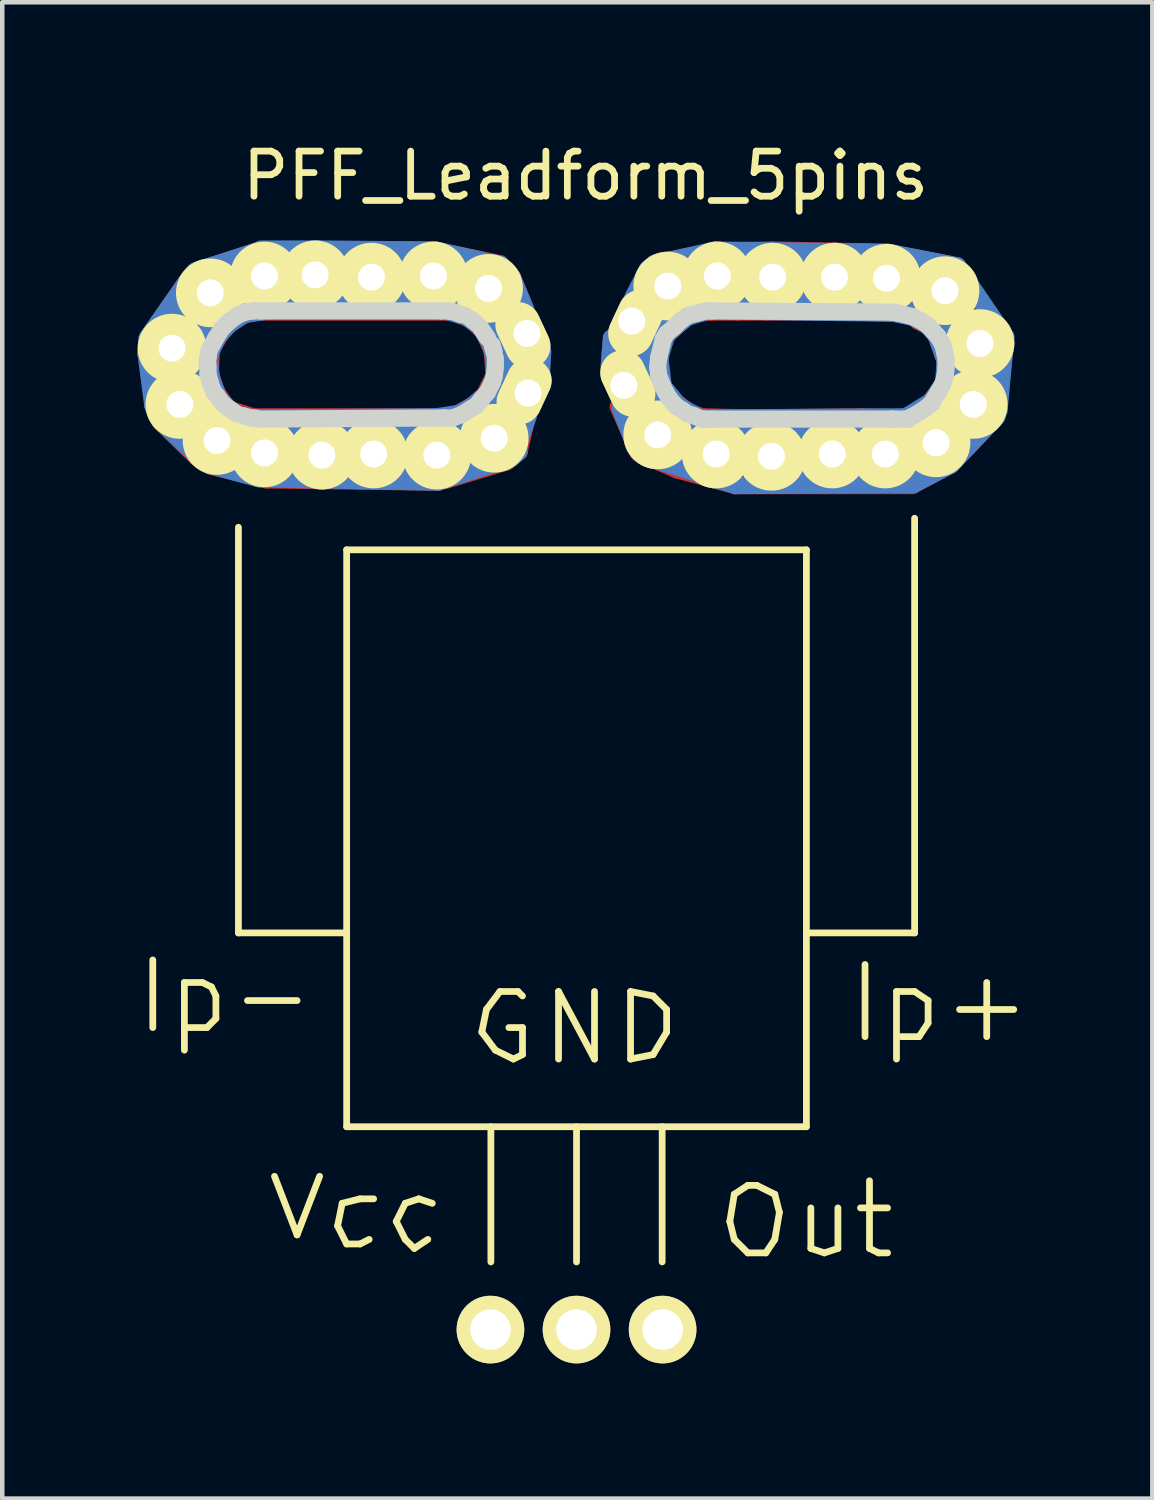
<source format=kicad_pcb>
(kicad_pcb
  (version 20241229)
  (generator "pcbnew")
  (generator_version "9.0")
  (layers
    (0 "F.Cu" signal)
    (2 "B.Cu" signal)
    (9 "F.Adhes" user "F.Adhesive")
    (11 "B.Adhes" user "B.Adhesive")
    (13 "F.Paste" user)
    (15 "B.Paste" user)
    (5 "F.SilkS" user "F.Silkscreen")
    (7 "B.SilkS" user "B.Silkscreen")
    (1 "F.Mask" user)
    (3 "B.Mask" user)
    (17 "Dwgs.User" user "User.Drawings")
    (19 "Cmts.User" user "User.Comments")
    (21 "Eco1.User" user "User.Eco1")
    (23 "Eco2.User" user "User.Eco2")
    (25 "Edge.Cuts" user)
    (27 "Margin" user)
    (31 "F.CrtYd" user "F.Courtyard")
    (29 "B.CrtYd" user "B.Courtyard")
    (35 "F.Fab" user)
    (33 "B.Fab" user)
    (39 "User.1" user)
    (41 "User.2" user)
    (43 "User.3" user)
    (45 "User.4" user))
  (footprint "PFF_Leadform_5pins"
    (layer "F.Cu")
    (at 9.741 15.748)
    (property "Reference" "PFF_Leadform_5pins" (at 0.201 -14.9 0) (layer "F.SilkS") (effects (font (size 1 1) (thickness 0.15))))
    (attr through_hole)
    (fp_line (start -9.55 -10.95) (end -9.5 -11.326) (stroke (width 0.381) (type solid)) (layer "F.Cu"))
    (fp_line (start -9.5 -11.326) (end -8.674 -12.525) (stroke (width 0.381) (type solid)) (layer "F.Cu"))
    (fp_line (start -9.375 -9.726) (end -9.55 -10.95) (stroke (width 0.381) (type solid)) (layer "F.Cu"))
    (fp_line (start -9.225 -9.426) (end -9.375 -9.726) (stroke (width 0.381) (type solid)) (layer "F.Cu"))
    (fp_line (start -8.725 -12.024) (end -8.9 -11.725) (stroke (width 0.381) (type solid)) (layer "F.Cu"))
    (fp_line (start -8.674 -12.525) (end -8.476 -12.776) (stroke (width 0.381) (type solid)) (layer "F.Cu"))
    (fp_line (start -8.476 -12.776) (end -7.026 -13.251) (stroke (width 0.381) (type solid)) (layer "F.Cu"))
    (fp_line (start -8.425 -8.651) (end -9.225 -9.426) (stroke (width 0.381) (type solid)) (layer "F.Cu"))
    (fp_line (start -8.349 -10.274) (end -7.6 -9.576) (stroke (width 0.381) (type solid)) (layer "F.Cu"))
    (fp_line (start -8.326 -11.374) (end -8.349 -10.274) (stroke (width 0.381) (type solid)) (layer "F.Cu"))
    (fp_line (start -8.125 -10.526) (end -8.1 -11.049) (stroke (width 0.381) (type solid)) (layer "F.Cu"))
    (fp_line (start -8.1 -11.049) (end -7.851 -11.45) (stroke (width 0.381) (type solid)) (layer "F.Cu"))
    (fp_line (start -8.1 -8.451) (end -8.425 -8.651) (stroke (width 0.381) (type solid)) (layer "F.Cu"))
    (fp_line (start -8.001 -10.124) (end -8.125 -10.526) (stroke (width 0.381) (type solid)) (layer "F.Cu"))
    (fp_line (start -7.851 -11.45) (end -7.526 -11.775) (stroke (width 0.381) (type solid)) (layer "F.Cu"))
    (fp_line (start -7.724 -9.726) (end -8.001 -10.124) (stroke (width 0.381) (type solid)) (layer "F.Cu"))
    (fp_line (start -7.6 -9.576) (end -6.949 -9.324) (stroke (width 0.381) (type solid)) (layer "F.Cu"))
    (fp_line (start -7.549 -9.624) (end -7.399 -9.576) (stroke (width 0.381) (type solid)) (layer "F.Cu"))
    (fp_line (start -7.526 -11.775) (end -7.074 -11.874) (stroke (width 0.381) (type solid)) (layer "F.Cu"))
    (fp_line (start -7.376 -12.126) (end -8.326 -11.374) (stroke (width 0.381) (type solid)) (layer "F.Cu"))
    (fp_line (start -7.176 -9.55) (end -7.724 -9.726) (stroke (width 0.381) (type solid)) (layer "F.Cu"))
    (fp_line (start -7.125 -11.874) (end -2.799 -11.874) (stroke (width 0.381) (type solid)) (layer "F.Cu"))
    (fp_line (start -7.125 -9.525) (end -7 -9.5) (stroke (width 0.381) (type solid)) (layer "F.Cu"))
    (fp_line (start -7.026 -13.251) (end -3.15 -13.251) (stroke (width 0.381) (type solid)) (layer "F.Cu"))
    (fp_line (start -6.949 -9.324) (end -3.5 -9.225) (stroke (width 0.381) (type solid)) (layer "F.Cu"))
    (fp_line (start -6.876 -8.151) (end -8.1 -8.451) (stroke (width 0.381) (type solid)) (layer "F.Cu"))
    (fp_line (start -5.349 -12.126) (end -7.376 -12.126) (stroke (width 0.381) (type solid)) (layer "F.Cu"))
    (fp_line (start -3.65 -13.076) (end -4.125 -13.076) (stroke (width 0.381) (type solid)) (layer "F.Cu"))
    (fp_line (start -3.65 -8.301) (end -3.899 -8.349) (stroke (width 0.381) (type solid)) (layer "F.Cu"))
    (fp_line (start -3.5 -9.225) (end -2.2 -9.5) (stroke (width 0.381) (type solid)) (layer "F.Cu"))
    (fp_line (start -3.15 -13.251) (end -1.699 -12.949) (stroke (width 0.381) (type solid)) (layer "F.Cu"))
    (fp_line (start -3.076 -8.1) (end -6.876 -8.151) (stroke (width 0.381) (type solid)) (layer "F.Cu"))
    (fp_line (start -2.949 -9.55) (end -7.176 -9.55) (stroke (width 0.381) (type solid)) (layer "F.Cu"))
    (fp_line (start -2.949 -9.525) (end -3 -9.525) (stroke (width 0.381) (type solid)) (layer "F.Cu"))
    (fp_line (start -2.875 -8.151) (end -3.076 -8.1) (stroke (width 0.381) (type solid)) (layer "F.Cu"))
    (fp_line (start -2.799 -11.874) (end -2.375 -11.725) (stroke (width 0.381) (type solid)) (layer "F.Cu"))
    (fp_line (start -2.624 -12.101) (end -5.349 -12.126) (stroke (width 0.381) (type solid)) (layer "F.Cu"))
    (fp_line (start -2.624 -9.624) (end -2.949 -9.55) (stroke (width 0.381) (type solid)) (layer "F.Cu"))
    (fp_line (start -2.375 -11.725) (end -2.075 -11.45) (stroke (width 0.381) (type solid)) (layer "F.Cu"))
    (fp_line (start -2.349 -11.725) (end -2.474 -11.801) (stroke (width 0.381) (type solid)) (layer "F.Cu"))
    (fp_line (start -2.324 -9.799) (end -2.624 -9.624) (stroke (width 0.381) (type solid)) (layer "F.Cu"))
    (fp_line (start -2.2 -9.5) (end -1.425 -10.676) (stroke (width 0.381) (type solid)) (layer "F.Cu"))
    (fp_line (start -2.126 -11.524) (end -2.225 -11.626) (stroke (width 0.381) (type solid)) (layer "F.Cu"))
    (fp_line (start -2.101 -11.826) (end -2.525 -12.075) (stroke (width 0.381) (type solid)) (layer "F.Cu"))
    (fp_line (start -2.075 -11.45) (end -1.875 -11.026) (stroke (width 0.381) (type solid)) (layer "F.Cu"))
    (fp_line (start -2.05 -10.025) (end -2.324 -9.799) (stroke (width 0.381) (type solid)) (layer "F.Cu"))
    (fp_line (start -1.875 -11.026) (end -1.826 -10.475) (stroke (width 0.381) (type solid)) (layer "F.Cu"))
    (fp_line (start -1.826 -10.475) (end -2.05 -10.025) (stroke (width 0.381) (type solid)) (layer "F.Cu"))
    (fp_line (start -1.801 -10.851) (end -1.826 -10.975) (stroke (width 0.381) (type solid)) (layer "F.Cu"))
    (fp_line (start -1.699 -12.949) (end -1.425 -12.649) (stroke (width 0.381) (type solid)) (layer "F.Cu"))
    (fp_line (start -1.549 -8.55) (end -2.875 -8.151) (stroke (width 0.381) (type solid)) (layer "F.Cu"))
    (fp_line (start -1.425 -12.649) (end -1.125 -11.925) (stroke (width 0.381) (type solid)) (layer "F.Cu"))
    (fp_line (start -1.425 -10.676) (end -2.101 -11.826) (stroke (width 0.381) (type solid)) (layer "F.Cu"))
    (fp_line (start -1.275 -8.776) (end -1.549 -8.55) (stroke (width 0.381) (type solid)) (layer "F.Cu"))
    (fp_line (start -1.1 -9.525) (end -1.275 -8.776) (stroke (width 0.381) (type solid)) (layer "F.Cu"))
    (fp_line (start -0.775 -11.001) (end -0.8 -10.549) (stroke (width 0.381) (type solid)) (layer "F.Cu"))
    (fp_line (start 0.775 -11.3) (end 0.724 -10.625) (stroke (width 0.381) (type solid)) (layer "F.Cu"))
    (fp_line (start 0.925 -9.774) (end 1.374 -8.75) (stroke (width 0.381) (type solid)) (layer "F.Cu"))
    (fp_line (start 1.374 -8.75) (end 2.225 -8.374) (stroke (width 0.381) (type solid)) (layer "F.Cu"))
    (fp_line (start 1.476 -10.874) (end 1.801 -9.876) (stroke (width 0.381) (type solid)) (layer "F.Cu"))
    (fp_line (start 1.775 -12.974) (end 1.275 -12.2) (stroke (width 0.381) (type solid)) (layer "F.Cu"))
    (fp_line (start 1.801 -9.876) (end 2.624 -9.324) (stroke (width 0.381) (type solid)) (layer "F.Cu"))
    (fp_line (start 1.849 -11.001) (end 1.849 -10.625) (stroke (width 0.381) (type solid)) (layer "F.Cu"))
    (fp_line (start 1.849 -10.625) (end 1.925 -10.226) (stroke (width 0.381) (type solid)) (layer "F.Cu"))
    (fp_line (start 1.925 -11.651) (end 1.476 -10.874) (stroke (width 0.381) (type solid)) (layer "F.Cu"))
    (fp_line (start 1.925 -10.226) (end 2.149 -9.924) (stroke (width 0.381) (type solid)) (layer "F.Cu"))
    (fp_line (start 2.024 -11.374) (end 1.849 -11.001) (stroke (width 0.381) (type solid)) (layer "F.Cu"))
    (fp_line (start 2.149 -9.924) (end 2.499 -9.649) (stroke (width 0.381) (type solid)) (layer "F.Cu"))
    (fp_line (start 2.225 -8.374) (end 3.526 -8.024) (stroke (width 0.381) (type solid)) (layer "F.Cu"))
    (fp_line (start 2.324 -11.651) (end 2.024 -11.374) (stroke (width 0.381) (type solid)) (layer "F.Cu"))
    (fp_line (start 2.499 -9.649) (end 2.799 -9.55) (stroke (width 0.381) (type solid)) (layer "F.Cu"))
    (fp_line (start 2.55 -11.826) (end 2.324 -11.651) (stroke (width 0.381) (type solid)) (layer "F.Cu"))
    (fp_line (start 2.624 -9.324) (end 4.049 -9.299) (stroke (width 0.381) (type solid)) (layer "F.Cu"))
    (fp_line (start 2.675 -8.451) (end 2.101 -8.626) (stroke (width 0.381) (type solid)) (layer "F.Cu"))
    (fp_line (start 2.751 -12.075) (end 1.925 -11.651) (stroke (width 0.381) (type solid)) (layer "F.Cu"))
    (fp_line (start 2.799 -9.55) (end 3.851 -9.525) (stroke (width 0.381) (type solid)) (layer "F.Cu"))
    (fp_line (start 2.974 -11.874) (end 2.55 -11.826) (stroke (width 0.381) (type solid)) (layer "F.Cu"))
    (fp_line (start 3.051 -13.226) (end 1.775 -12.974) (stroke (width 0.381) (type solid)) (layer "F.Cu"))
    (fp_line (start 3.526 -8.024) (end 7.45 -8.024) (stroke (width 0.381) (type solid)) (layer "F.Cu"))
    (fp_line (start 3.574 -11.874) (end 2.974 -11.874) (stroke (width 0.381) (type solid)) (layer "F.Cu"))
    (fp_line (start 3.726 -12.05) (end 2.751 -12.075) (stroke (width 0.381) (type solid)) (layer "F.Cu"))
    (fp_line (start 3.851 -9.525) (end 6.325 -9.55) (stroke (width 0.381) (type solid)) (layer "F.Cu"))
    (fp_line (start 4.049 -9.299) (end 5.324 -9.251) (stroke (width 0.381) (type solid)) (layer "F.Cu"))
    (fp_line (start 4.224 -11.874) (end 3.574 -11.874) (stroke (width 0.381) (type solid)) (layer "F.Cu"))
    (fp_line (start 4.326 -13.251) (end 3.051 -13.226) (stroke (width 0.381) (type solid)) (layer "F.Cu"))
    (fp_line (start 4.699 -13.025) (end 5.4 -13.025) (stroke (width 0.381) (type solid)) (layer "F.Cu"))
    (fp_line (start 4.976 -12.126) (end 3.726 -12.05) (stroke (width 0.381) (type solid)) (layer "F.Cu"))
    (fp_line (start 5.301 -11.874) (end 4.224 -11.874) (stroke (width 0.381) (type solid)) (layer "F.Cu"))
    (fp_line (start 5.301 -8.199) (end 4.651 -8.225) (stroke (width 0.381) (type solid)) (layer "F.Cu"))
    (fp_line (start 5.324 -9.251) (end 7.399 -9.324) (stroke (width 0.381) (type solid)) (layer "F.Cu"))
    (fp_line (start 5.451 -12.024) (end 4.976 -12.126) (stroke (width 0.381) (type solid)) (layer "F.Cu"))
    (fp_line (start 5.725 -13.226) (end 4.326 -13.251) (stroke (width 0.381) (type solid)) (layer "F.Cu"))
    (fp_line (start 6.124 -11.874) (end 5.301 -11.874) (stroke (width 0.381) (type solid)) (layer "F.Cu"))
    (fp_line (start 6.325 -9.55) (end 7.249 -9.525) (stroke (width 0.381) (type solid)) (layer "F.Cu"))
    (fp_line (start 6.876 -13.2) (end 5.725 -13.226) (stroke (width 0.381) (type solid)) (layer "F.Cu"))
    (fp_line (start 7.249 -9.525) (end 7.75 -9.774) (stroke (width 0.381) (type solid)) (layer "F.Cu"))
    (fp_line (start 7.399 -9.324) (end 8.151 -9.774) (stroke (width 0.381) (type solid)) (layer "F.Cu"))
    (fp_line (start 7.45 -11.976) (end 5.451 -12.024) (stroke (width 0.381) (type solid)) (layer "F.Cu"))
    (fp_line (start 7.45 -8.024) (end 8.326 -8.499) (stroke (width 0.381) (type solid)) (layer "F.Cu"))
    (fp_line (start 7.574 -11.674) (end 7.45 -11.976) (stroke (width 0.381) (type solid)) (layer "F.Cu"))
    (fp_line (start 7.6 -11.925) (end 7.501 -11.9) (stroke (width 0.381) (type solid)) (layer "F.Cu"))
    (fp_line (start 7.724 -8.349) (end 7.125 -8.176) (stroke (width 0.381) (type solid)) (layer "F.Cu"))
    (fp_line (start 7.75 -9.774) (end 8.151 -10.274) (stroke (width 0.381) (type solid)) (layer "F.Cu"))
    (fp_line (start 7.95 -11.476) (end 7.574 -11.674) (stroke (width 0.381) (type solid)) (layer "F.Cu"))
    (fp_line (start 8.151 -10.274) (end 8.176 -10.8) (stroke (width 0.381) (type solid)) (layer "F.Cu"))
    (fp_line (start 8.151 -9.774) (end 8.499 -10.526) (stroke (width 0.381) (type solid)) (layer "F.Cu"))
    (fp_line (start 8.176 -11.524) (end 7.6 -11.925) (stroke (width 0.381) (type solid)) (layer "F.Cu"))
    (fp_line (start 8.176 -10.8) (end 7.95 -11.476) (stroke (width 0.381) (type solid)) (layer "F.Cu"))
    (fp_line (start 8.326 -8.499) (end 9.299 -9.525) (stroke (width 0.381) (type solid)) (layer "F.Cu"))
    (fp_line (start 8.425 -12.901) (end 6.876 -13.2) (stroke (width 0.381) (type solid)) (layer "F.Cu"))
    (fp_line (start 8.499 -10.526) (end 8.176 -11.524) (stroke (width 0.381) (type solid)) (layer "F.Cu"))
    (fp_line (start 8.6 -12.675) (end 8.425 -12.901) (stroke (width 0.381) (type solid)) (layer "F.Cu"))
    (fp_line (start 9.299 -9.525) (end 9.525 -11.199) (stroke (width 0.381) (type solid)) (layer "F.Cu"))
    (fp_line (start 9.525 -11.199) (end 8.6 -12.675) (stroke (width 0.381) (type solid)) (layer "F.Cu"))
    (fp_line (start -9.55 -10.95) (end -9.525 -11.3) (stroke (width 0.381) (type solid)) (layer "B.Cu"))
    (fp_line (start -9.525 -11.3) (end -8.651 -12.55) (stroke (width 0.381) (type solid)) (layer "B.Cu"))
    (fp_line (start -9.401 -9.799) (end -9.55 -10.95) (stroke (width 0.381) (type solid)) (layer "B.Cu"))
    (fp_line (start -9.251 -9.474) (end -9.401 -9.799) (stroke (width 0.381) (type solid)) (layer "B.Cu"))
    (fp_line (start -8.9 -11.725) (end -8.7 -12.024) (stroke (width 0.381) (type solid)) (layer "B.Cu"))
    (fp_line (start -8.651 -12.55) (end -8.425 -12.799) (stroke (width 0.381) (type solid)) (layer "B.Cu"))
    (fp_line (start -8.476 -8.725) (end -9.251 -9.474) (stroke (width 0.381) (type solid)) (layer "B.Cu"))
    (fp_line (start -8.425 -12.799) (end -7.026 -13.251) (stroke (width 0.381) (type solid)) (layer "B.Cu"))
    (fp_line (start -8.374 -10.325) (end -8.301 -11.374) (stroke (width 0.381) (type solid)) (layer "B.Cu"))
    (fp_line (start -8.301 -11.374) (end -7.424 -12.126) (stroke (width 0.381) (type solid)) (layer "B.Cu"))
    (fp_line (start -8.151 -10.874) (end -7.976 -11.3) (stroke (width 0.381) (type solid)) (layer "B.Cu"))
    (fp_line (start -8.151 -8.476) (end -8.476 -8.725) (stroke (width 0.381) (type solid)) (layer "B.Cu"))
    (fp_line (start -8.1 -10.399) (end -8.151 -10.874) (stroke (width 0.381) (type solid)) (layer "B.Cu"))
    (fp_line (start -8.1 -10.025) (end -8.374 -10.325) (stroke (width 0.381) (type solid)) (layer "B.Cu"))
    (fp_line (start -7.976 -11.3) (end -7.699 -11.6) (stroke (width 0.381) (type solid)) (layer "B.Cu"))
    (fp_line (start -7.925 -9.949) (end -8.1 -10.399) (stroke (width 0.381) (type solid)) (layer "B.Cu"))
    (fp_line (start -7.699 -11.6) (end -7.351 -11.826) (stroke (width 0.381) (type solid)) (layer "B.Cu"))
    (fp_line (start -7.6 -9.624) (end -7.925 -9.949) (stroke (width 0.381) (type solid)) (layer "B.Cu"))
    (fp_line (start -7.501 -9.55) (end -8.1 -10.025) (stroke (width 0.381) (type solid)) (layer "B.Cu"))
    (fp_line (start -7.424 -12.126) (end -6.251 -12.126) (stroke (width 0.381) (type solid)) (layer "B.Cu"))
    (fp_line (start -7.351 -11.826) (end -6.8 -11.9) (stroke (width 0.381) (type solid)) (layer "B.Cu"))
    (fp_line (start -7.275 -12.075) (end -5.951 -12.101) (stroke (width 0.381) (type solid)) (layer "B.Cu"))
    (fp_line (start -7.176 -9.525) (end -7.6 -9.624) (stroke (width 0.381) (type solid)) (layer "B.Cu"))
    (fp_line (start -7.099 -11.9) (end -2.926 -11.9) (stroke (width 0.381) (type solid)) (layer "B.Cu"))
    (fp_line (start -7.051 -8.176) (end -8.151 -8.476) (stroke (width 0.381) (type solid)) (layer "B.Cu"))
    (fp_line (start -7 -13.274) (end -5.725 -13.274) (stroke (width 0.381) (type solid)) (layer "B.Cu"))
    (fp_line (start -6.85 -9.324) (end -7.501 -9.55) (stroke (width 0.381) (type solid)) (layer "B.Cu"))
    (fp_line (start -6.8 -11.9) (end -6.825 -11.9) (stroke (width 0.381) (type solid)) (layer "B.Cu"))
    (fp_line (start -5.951 -12.101) (end -3.424 -12.149) (stroke (width 0.381) (type solid)) (layer "B.Cu"))
    (fp_line (start -5.725 -13.274) (end -3.124 -13.251) (stroke (width 0.381) (type solid)) (layer "B.Cu"))
    (fp_line (start -4.15 -13.076) (end -3.599 -13.076) (stroke (width 0.381) (type solid)) (layer "B.Cu"))
    (fp_line (start -3.95 -9.2) (end -6.85 -9.324) (stroke (width 0.381) (type solid)) (layer "B.Cu"))
    (fp_line (start -3.899 -8.349) (end -3.625 -8.301) (stroke (width 0.381) (type solid)) (layer "B.Cu"))
    (fp_line (start -3.424 -12.149) (end -2.474 -12.05) (stroke (width 0.381) (type solid)) (layer "B.Cu"))
    (fp_line (start -3.124 -13.251) (end -1.674 -12.926) (stroke (width 0.381) (type solid)) (layer "B.Cu"))
    (fp_line (start -3.124 -9.55) (end -7.176 -9.525) (stroke (width 0.381) (type solid)) (layer "B.Cu"))
    (fp_line (start -3.076 -8.1) (end -7.051 -8.176) (stroke (width 0.381) (type solid)) (layer "B.Cu"))
    (fp_line (start -2.926 -11.9) (end -2.474 -11.775) (stroke (width 0.381) (type solid)) (layer "B.Cu"))
    (fp_line (start -2.926 -8.151) (end -3.076 -8.1) (stroke (width 0.381) (type solid)) (layer "B.Cu"))
    (fp_line (start -2.624 -9.624) (end -3.124 -9.55) (stroke (width 0.381) (type solid)) (layer "B.Cu"))
    (fp_line (start -2.474 -12.05) (end -1.999 -11.651) (stroke (width 0.381) (type solid)) (layer "B.Cu"))
    (fp_line (start -2.474 -11.775) (end -2.149 -11.549) (stroke (width 0.381) (type solid)) (layer "B.Cu"))
    (fp_line (start -2.324 -9.426) (end -3.95 -9.2) (stroke (width 0.381) (type solid)) (layer "B.Cu"))
    (fp_line (start -2.301 -9.799) (end -2.624 -9.624) (stroke (width 0.381) (type solid)) (layer "B.Cu"))
    (fp_line (start -2.149 -11.549) (end -1.925 -11.199) (stroke (width 0.381) (type solid)) (layer "B.Cu"))
    (fp_line (start -1.999 -11.651) (end -1.476 -10.851) (stroke (width 0.381) (type solid)) (layer "B.Cu"))
    (fp_line (start -1.999 -10.076) (end -2.301 -9.799) (stroke (width 0.381) (type solid)) (layer "B.Cu"))
    (fp_line (start -1.925 -11.199) (end -1.826 -10.825) (stroke (width 0.381) (type solid)) (layer "B.Cu"))
    (fp_line (start -1.925 -9.876) (end -2.324 -9.426) (stroke (width 0.381) (type solid)) (layer "B.Cu"))
    (fp_line (start -1.875 -11.151) (end -1.976 -11.3) (stroke (width 0.381) (type solid)) (layer "B.Cu"))
    (fp_line (start -1.826 -10.825) (end -1.826 -10.424) (stroke (width 0.381) (type solid)) (layer "B.Cu"))
    (fp_line (start -1.826 -10.424) (end -1.999 -10.076) (stroke (width 0.381) (type solid)) (layer "B.Cu"))
    (fp_line (start -1.674 -12.926) (end -1.425 -12.649) (stroke (width 0.381) (type solid)) (layer "B.Cu"))
    (fp_line (start -1.476 -10.851) (end -1.925 -9.876) (stroke (width 0.381) (type solid)) (layer "B.Cu"))
    (fp_line (start -1.45 -8.626) (end -2.926 -8.151) (stroke (width 0.381) (type solid)) (layer "B.Cu"))
    (fp_line (start -1.425 -12.649) (end -1.125 -11.925) (stroke (width 0.381) (type solid)) (layer "B.Cu"))
    (fp_line (start -1.326 -8.875) (end -1.074 -9.55) (stroke (width 0.381) (type solid)) (layer "B.Cu"))
    (fp_line (start -1.275 -8.776) (end -1.45 -8.626) (stroke (width 0.381) (type solid)) (layer "B.Cu"))
    (fp_line (start -0.749 -11.001) (end -0.775 -10.526) (stroke (width 0.381) (type solid)) (layer "B.Cu"))
    (fp_line (start 0.724 -10.676) (end 0.775 -11.3) (stroke (width 0.381) (type solid)) (layer "B.Cu"))
    (fp_line (start 1.25 -12.2) (end 1.575 -12.824) (stroke (width 0.381) (type solid)) (layer "B.Cu"))
    (fp_line (start 1.3 -8.9) (end 0.975 -9.726) (stroke (width 0.381) (type solid)) (layer "B.Cu"))
    (fp_line (start 1.45 -10.899) (end 1.951 -11.674) (stroke (width 0.381) (type solid)) (layer "B.Cu"))
    (fp_line (start 1.549 -8.651) (end 1.3 -8.9) (stroke (width 0.381) (type solid)) (layer "B.Cu"))
    (fp_line (start 1.575 -12.824) (end 1.725 -12.949) (stroke (width 0.381) (type solid)) (layer "B.Cu"))
    (fp_line (start 1.725 -12.949) (end 3.076 -13.251) (stroke (width 0.381) (type solid)) (layer "B.Cu"))
    (fp_line (start 1.75 -9.924) (end 1.45 -10.899) (stroke (width 0.381) (type solid)) (layer "B.Cu"))
    (fp_line (start 1.849 -10.851) (end 1.999 -11.374) (stroke (width 0.381) (type solid)) (layer "B.Cu"))
    (fp_line (start 1.925 -10.226) (end 1.849 -10.851) (stroke (width 0.381) (type solid)) (layer "B.Cu"))
    (fp_line (start 1.951 -11.674) (end 2.776 -12.149) (stroke (width 0.381) (type solid)) (layer "B.Cu"))
    (fp_line (start 1.999 -11.374) (end 2.451 -11.75) (stroke (width 0.381) (type solid)) (layer "B.Cu"))
    (fp_line (start 2.101 -8.626) (end 2.601 -8.451) (stroke (width 0.381) (type solid)) (layer "B.Cu"))
    (fp_line (start 2.276 -9.799) (end 1.925 -10.226) (stroke (width 0.381) (type solid)) (layer "B.Cu"))
    (fp_line (start 2.451 -11.75) (end 3 -11.925) (stroke (width 0.381) (type solid)) (layer "B.Cu"))
    (fp_line (start 2.624 -9.324) (end 1.75 -9.924) (stroke (width 0.381) (type solid)) (layer "B.Cu"))
    (fp_line (start 2.751 -9.525) (end 2.276 -9.799) (stroke (width 0.381) (type solid)) (layer "B.Cu"))
    (fp_line (start 2.776 -12.149) (end 7.224 -12.05) (stroke (width 0.381) (type solid)) (layer "B.Cu"))
    (fp_line (start 3 -11.9) (end 7 -11.849) (stroke (width 0.381) (type solid)) (layer "B.Cu"))
    (fp_line (start 3.076 -13.251) (end 6.924 -13.2) (stroke (width 0.381) (type solid)) (layer "B.Cu"))
    (fp_line (start 3.526 -8.024) (end 1.549 -8.651) (stroke (width 0.381) (type solid)) (layer "B.Cu"))
    (fp_line (start 4.6 -9.251) (end 2.624 -9.324) (stroke (width 0.381) (type solid)) (layer "B.Cu"))
    (fp_line (start 4.651 -8.225) (end 5.301 -8.199) (stroke (width 0.381) (type solid)) (layer "B.Cu"))
    (fp_line (start 5.4 -13.023) (end 4.674 -13.023) (stroke (width 0.381) (type solid)) (layer "B.Cu"))
    (fp_line (start 6.175 -9.276) (end 4.6 -9.251) (stroke (width 0.381) (type solid)) (layer "B.Cu"))
    (fp_line (start 6.924 -13.2) (end 8.451 -12.901) (stroke (width 0.381) (type solid)) (layer "B.Cu"))
    (fp_line (start 7 -11.849) (end 7.65 -11.725) (stroke (width 0.381) (type solid)) (layer "B.Cu"))
    (fp_line (start 7.099 -11.849) (end 6.124 -11.874) (stroke (width 0.381) (type solid)) (layer "B.Cu"))
    (fp_line (start 7.125 -8.176) (end 7.724 -8.349) (stroke (width 0.381) (type solid)) (layer "B.Cu"))
    (fp_line (start 7.224 -12.05) (end 8.225 -11.6) (stroke (width 0.381) (type solid)) (layer "B.Cu"))
    (fp_line (start 7.3 -9.55) (end 2.751 -9.525) (stroke (width 0.381) (type solid)) (layer "B.Cu"))
    (fp_line (start 7.475 -11.75) (end 7.099 -11.849) (stroke (width 0.381) (type solid)) (layer "B.Cu"))
    (fp_line (start 7.475 -8.049) (end 3.526 -8.024) (stroke (width 0.381) (type solid)) (layer "B.Cu"))
    (fp_line (start 7.6 -9.426) (end 6.175 -9.276) (stroke (width 0.381) (type solid)) (layer "B.Cu"))
    (fp_line (start 7.65 -11.725) (end 7.976 -11.351) (stroke (width 0.381) (type solid)) (layer "B.Cu"))
    (fp_line (start 7.775 -11.6) (end 7.475 -11.75) (stroke (width 0.381) (type solid)) (layer "B.Cu"))
    (fp_line (start 7.874 -9.901) (end 7.3 -9.55) (stroke (width 0.381) (type solid)) (layer "B.Cu"))
    (fp_line (start 7.976 -11.4) (end 7.775 -11.6) (stroke (width 0.381) (type solid)) (layer "B.Cu"))
    (fp_line (start 7.976 -11.351) (end 8.176 -10.8) (stroke (width 0.381) (type solid)) (layer "B.Cu"))
    (fp_line (start 8.151 -10.325) (end 7.874 -9.901) (stroke (width 0.381) (type solid)) (layer "B.Cu"))
    (fp_line (start 8.176 -11.001) (end 7.976 -11.4) (stroke (width 0.381) (type solid)) (layer "B.Cu"))
    (fp_line (start 8.176 -10.8) (end 8.151 -10.325) (stroke (width 0.381) (type solid)) (layer "B.Cu"))
    (fp_line (start 8.199 -9.85) (end 7.6 -9.426) (stroke (width 0.381) (type solid)) (layer "B.Cu"))
    (fp_line (start 8.225 -11.6) (end 8.451 -10.5) (stroke (width 0.381) (type solid)) (layer "B.Cu"))
    (fp_line (start 8.301 -8.476) (end 7.475 -8.049) (stroke (width 0.381) (type solid)) (layer "B.Cu"))
    (fp_line (start 8.451 -12.901) (end 9.525 -11.326) (stroke (width 0.381) (type solid)) (layer "B.Cu"))
    (fp_line (start 8.451 -10.5) (end 8.199 -9.85) (stroke (width 0.381) (type solid)) (layer "B.Cu"))
    (fp_line (start 9.324 -9.55) (end 8.301 -8.476) (stroke (width 0.381) (type solid)) (layer "B.Cu"))
    (fp_line (start 9.375 -9.7) (end 9.324 -9.55) (stroke (width 0.381) (type solid)) (layer "B.Cu"))
    (fp_line (start 9.525 -11.326) (end 9.375 -9.7) (stroke (width 0.381) (type solid)) (layer "B.Cu"))
    (fp_line (start -9.401 2.499) (end -9.401 4) (stroke (width 0.15) (type solid)) (layer "F.SilkS"))
    (fp_line (start -8.7 3) (end -8.7 4.501) (stroke (width 0.15) (type solid)) (layer "F.SilkS"))
    (fp_line (start -8.7 3) (end -8.301 3) (stroke (width 0.15) (type solid)) (layer "F.SilkS"))
    (fp_line (start -8.301 3) (end -8.1 3.099) (stroke (width 0.15) (type solid)) (layer "F.SilkS"))
    (fp_line (start -8.199 4) (end -8.7 4) (stroke (width 0.15) (type solid)) (layer "F.SilkS"))
    (fp_line (start -8.1 3.099) (end -8.001 3.299) (stroke (width 0.15) (type solid)) (layer "F.SilkS"))
    (fp_line (start -8.001 3.299) (end -8.001 3.8) (stroke (width 0.15) (type solid)) (layer "F.SilkS"))
    (fp_line (start -8.001 3.8) (end -8.199 4) (stroke (width 0.15) (type solid)) (layer "F.SilkS"))
    (fp_line (start -7.501 1.9) (end -7.501 -7.099) (stroke (width 0.15) (type solid)) (layer "F.SilkS"))
    (fp_line (start -6.701 7.3) (end -6.2 8.6) (stroke (width 0.15) (type solid)) (layer "F.SilkS"))
    (fp_line (start -6.2 3.401) (end -7.3 3.401) (stroke (width 0.15) (type solid)) (layer "F.SilkS"))
    (fp_line (start -6.2 8.6) (end -5.7 7.3) (stroke (width 0.15) (type solid)) (layer "F.SilkS"))
    (fp_line (start -5.301 8.4) (end -5.1 8.801) (stroke (width 0.15) (type solid)) (layer "F.SilkS"))
    (fp_line (start -5.199 7.899) (end -5.301 8.4) (stroke (width 0.15) (type solid)) (layer "F.SilkS"))
    (fp_line (start -5.1 -6.599) (end 5.1 -6.599) (stroke (width 0.15) (type solid)) (layer "F.SilkS"))
    (fp_line (start -5.1 1.9) (end -7.501 1.9) (stroke (width 0.15) (type solid)) (layer "F.SilkS"))
    (fp_line (start -5.1 6.2) (end -5.1 -6.599) (stroke (width 0.15) (type solid)) (layer "F.SilkS"))
    (fp_line (start -5.1 8.801) (end -4.801 8.801) (stroke (width 0.15) (type solid)) (layer "F.SilkS"))
    (fp_line (start -4.801 7.8) (end -5.199 7.899) (stroke (width 0.15) (type solid)) (layer "F.SilkS"))
    (fp_line (start -4.801 8.801) (end -4.6 8.7) (stroke (width 0.15) (type solid)) (layer "F.SilkS"))
    (fp_line (start -4.501 7.8) (end -4.801 7.8) (stroke (width 0.15) (type solid)) (layer "F.SilkS"))
    (fp_line (start -4 8.301) (end -3.8 8.7) (stroke (width 0.15) (type solid)) (layer "F.SilkS"))
    (fp_line (start -3.8 7.899) (end -4 8.301) (stroke (width 0.15) (type solid)) (layer "F.SilkS"))
    (fp_line (start -3.8 8.7) (end -3.599 8.9) (stroke (width 0.15) (type solid)) (layer "F.SilkS"))
    (fp_line (start -3.599 8.9) (end -3.299 8.7) (stroke (width 0.15) (type solid)) (layer "F.SilkS"))
    (fp_line (start -3.5 7.8) (end -3.8 7.899) (stroke (width 0.15) (type solid)) (layer "F.SilkS"))
    (fp_line (start -3.2 7.899) (end -3.5 7.8) (stroke (width 0.15) (type solid)) (layer "F.SilkS"))
    (fp_line (start -2.101 4.1) (end -1.801 4.501) (stroke (width 0.15) (type solid)) (layer "F.SilkS"))
    (fp_line (start -1.999 3.599) (end -2.101 4.1) (stroke (width 0.15) (type solid)) (layer "F.SilkS"))
    (fp_line (start -1.9 6.2) (end -1.9 9.2) (stroke (width 0.15) (type solid)) (layer "F.SilkS"))
    (fp_line (start -1.801 4.501) (end -1.4 4.699) (stroke (width 0.15) (type solid)) (layer "F.SilkS"))
    (fp_line (start -1.699 3.2) (end -1.999 3.599) (stroke (width 0.15) (type solid)) (layer "F.SilkS"))
    (fp_line (start -1.4 4.699) (end -1.199 4.6) (stroke (width 0.15) (type solid)) (layer "F.SilkS"))
    (fp_line (start -1.3 3.2) (end -1.699 3.2) (stroke (width 0.15) (type solid)) (layer "F.SilkS"))
    (fp_line (start -1.199 3.299) (end -1.3 3.2) (stroke (width 0.15) (type solid)) (layer "F.SilkS"))
    (fp_line (start -1.199 4) (end -1.501 4) (stroke (width 0.15) (type solid)) (layer "F.SilkS"))
    (fp_line (start -1.199 4.6) (end -1.199 4) (stroke (width 0.15) (type solid)) (layer "F.SilkS"))
    (fp_line (start -0.399 3.2) (end 0.399 4.699) (stroke (width 0.15) (type solid)) (layer "F.SilkS"))
    (fp_line (start -0.399 4.699) (end -0.399 3.2) (stroke (width 0.15) (type solid)) (layer "F.SilkS"))
    (fp_line (start 0 6.2) (end 0 9.2) (stroke (width 0.15) (type solid)) (layer "F.SilkS"))
    (fp_line (start 0.399 4.699) (end 0.399 3.2) (stroke (width 0.15) (type solid)) (layer "F.SilkS"))
    (fp_line (start 1.199 3.2) (end 1.199 4.699) (stroke (width 0.15) (type solid)) (layer "F.SilkS"))
    (fp_line (start 1.199 4.699) (end 1.699 4.6) (stroke (width 0.15) (type solid)) (layer "F.SilkS"))
    (fp_line (start 1.699 3.299) (end 1.199 3.2) (stroke (width 0.15) (type solid)) (layer "F.SilkS"))
    (fp_line (start 1.699 4.6) (end 1.999 4.1) (stroke (width 0.15) (type solid)) (layer "F.SilkS"))
    (fp_line (start 1.9 6.2) (end 1.9 9.2) (stroke (width 0.15) (type solid)) (layer "F.SilkS"))
    (fp_line (start 1.999 3.599) (end 1.699 3.299) (stroke (width 0.15) (type solid)) (layer "F.SilkS"))
    (fp_line (start 1.999 4.1) (end 1.999 3.599) (stroke (width 0.15) (type solid)) (layer "F.SilkS"))
    (fp_line (start 3.401 8.301) (end 3.5 8.7) (stroke (width 0.15) (type solid)) (layer "F.SilkS"))
    (fp_line (start 3.5 7.699) (end 3.401 8.301) (stroke (width 0.15) (type solid)) (layer "F.SilkS"))
    (fp_line (start 3.5 8.7) (end 3.8 8.999) (stroke (width 0.15) (type solid)) (layer "F.SilkS"))
    (fp_line (start 3.8 7.501) (end 3.5 7.699) (stroke (width 0.15) (type solid)) (layer "F.SilkS"))
    (fp_line (start 3.8 8.999) (end 4.201 8.999) (stroke (width 0.15) (type solid)) (layer "F.SilkS"))
    (fp_line (start 4 7.501) (end 3.8 7.501) (stroke (width 0.15) (type solid)) (layer "F.SilkS"))
    (fp_line (start 4.201 8.999) (end 4.399 8.7) (stroke (width 0.15) (type solid)) (layer "F.SilkS"))
    (fp_line (start 4.399 7.699) (end 4 7.501) (stroke (width 0.15) (type solid)) (layer "F.SilkS"))
    (fp_line (start 4.399 8.7) (end 4.501 8.1) (stroke (width 0.15) (type solid)) (layer "F.SilkS"))
    (fp_line (start 4.501 8.1) (end 4.399 7.699) (stroke (width 0.15) (type solid)) (layer "F.SilkS"))
    (fp_line (start 5.1 -6.599) (end 5.1 6.2) (stroke (width 0.15) (type solid)) (layer "F.SilkS"))
    (fp_line (start 5.1 1.9) (end 7.501 1.9) (stroke (width 0.15) (type solid)) (layer "F.SilkS"))
    (fp_line (start 5.1 6.2) (end -5.1 6.2) (stroke (width 0.15) (type solid)) (layer "F.SilkS"))
    (fp_line (start 5.199 8.001) (end 5.199 8.9) (stroke (width 0.15) (type solid)) (layer "F.SilkS"))
    (fp_line (start 5.199 8.9) (end 5.499 8.999) (stroke (width 0.15) (type solid)) (layer "F.SilkS"))
    (fp_line (start 5.499 8.999) (end 5.799 8.9) (stroke (width 0.15) (type solid)) (layer "F.SilkS"))
    (fp_line (start 5.799 8.9) (end 5.799 8.001) (stroke (width 0.15) (type solid)) (layer "F.SilkS"))
    (fp_line (start 6.401 2.601) (end 6.401 4.201) (stroke (width 0.15) (type solid)) (layer "F.SilkS"))
    (fp_line (start 6.5 7.399) (end 6.5 8.9) (stroke (width 0.15) (type solid)) (layer "F.SilkS"))
    (fp_line (start 6.5 8.9) (end 6.701 8.999) (stroke (width 0.15) (type solid)) (layer "F.SilkS"))
    (fp_line (start 6.701 8.999) (end 6.901 8.999) (stroke (width 0.15) (type solid)) (layer "F.SilkS"))
    (fp_line (start 6.901 8.001) (end 6.299 8.001) (stroke (width 0.15) (type solid)) (layer "F.SilkS"))
    (fp_line (start 7.099 3.2) (end 7.099 4.699) (stroke (width 0.15) (type solid)) (layer "F.SilkS"))
    (fp_line (start 7.099 3.2) (end 7.501 3.2) (stroke (width 0.15) (type solid)) (layer "F.SilkS"))
    (fp_line (start 7.501 1.9) (end 7.501 -7.3) (stroke (width 0.15) (type solid)) (layer "F.SilkS"))
    (fp_line (start 7.501 3.2) (end 7.8 3.401) (stroke (width 0.15) (type solid)) (layer "F.SilkS"))
    (fp_line (start 7.6 4.201) (end 7.201 4.201) (stroke (width 0.15) (type solid)) (layer "F.SilkS"))
    (fp_line (start 7.8 3.401) (end 7.8 3.899) (stroke (width 0.15) (type solid)) (layer "F.SilkS"))
    (fp_line (start 7.8 3.899) (end 7.6 4.201) (stroke (width 0.15) (type solid)) (layer "F.SilkS"))
    (fp_line (start 9.101 3) (end 9.101 4.201) (stroke (width 0.15) (type solid)) (layer "F.SilkS"))
    (fp_line (start 9.7 3.599) (end 8.499 3.599) (stroke (width 0.15) (type solid)) (layer "F.SilkS"))
    (fp_line (start -8.199 -10.701) (end -8.176 -10.874) (stroke (width 0.381) (type solid)) (layer "Edge.Cuts"))
    (fp_line (start -8.176 -10.874) (end -8.151 -11.026) (stroke (width 0.381) (type solid)) (layer "Edge.Cuts"))
    (fp_line (start -8.176 -10.701) (end -8.176 -10.5) (stroke (width 0.381) (type solid)) (layer "Edge.Cuts"))
    (fp_line (start -8.176 -10.5) (end -8.125 -10.3) (stroke (width 0.381) (type solid)) (layer "Edge.Cuts"))
    (fp_line (start -8.151 -11.026) (end -8.001 -11.3) (stroke (width 0.381) (type solid)) (layer "Edge.Cuts"))
    (fp_line (start -8.125 -10.3) (end -8.049 -10.099) (stroke (width 0.381) (type solid)) (layer "Edge.Cuts"))
    (fp_line (start -8.049 -10.099) (end -7.976 -10.025) (stroke (width 0.381) (type solid)) (layer "Edge.Cuts"))
    (fp_line (start -8.001 -11.3) (end -7.874 -11.501) (stroke (width 0.381) (type solid)) (layer "Edge.Cuts"))
    (fp_line (start -7.95 -9.975) (end -7.826 -9.825) (stroke (width 0.381) (type solid)) (layer "Edge.Cuts"))
    (fp_line (start -7.874 -11.501) (end -7.724 -11.651) (stroke (width 0.381) (type solid)) (layer "Edge.Cuts"))
    (fp_line (start -7.826 -9.825) (end -7.699 -9.726) (stroke (width 0.381) (type solid)) (layer "Edge.Cuts"))
    (fp_line (start -7.724 -11.651) (end -7.526 -11.801) (stroke (width 0.381) (type solid)) (layer "Edge.Cuts"))
    (fp_line (start -7.699 -9.726) (end -7.549 -9.624) (stroke (width 0.381) (type solid)) (layer "Edge.Cuts"))
    (fp_line (start -7.526 -11.801) (end -7.351 -11.874) (stroke (width 0.381) (type solid)) (layer "Edge.Cuts"))
    (fp_line (start -7.399 -9.576) (end -7.224 -9.525) (stroke (width 0.381) (type solid)) (layer "Edge.Cuts"))
    (fp_line (start -7.351 -11.874) (end -7.176 -11.9) (stroke (width 0.381) (type solid)) (layer "Edge.Cuts"))
    (fp_line (start -7.224 -9.525) (end -7.125 -9.525) (stroke (width 0.381) (type solid)) (layer "Edge.Cuts"))
    (fp_line (start -7.176 -11.9) (end -7 -11.9) (stroke (width 0.381) (type solid)) (layer "Edge.Cuts"))
    (fp_line (start -3.025 -11.9) (end -7 -11.9) (stroke (width 0.381) (type solid)) (layer "Edge.Cuts"))
    (fp_line (start -2.926 -9.525) (end -7.074 -9.5) (stroke (width 0.381) (type solid)) (layer "Edge.Cuts"))
    (fp_line (start -2.85 -11.9) (end -3 -11.9) (stroke (width 0.381) (type solid)) (layer "Edge.Cuts"))
    (fp_line (start -2.751 -9.525) (end -2.949 -9.525) (stroke (width 0.381) (type solid)) (layer "Edge.Cuts"))
    (fp_line (start -2.7 -11.874) (end -2.85 -11.9) (stroke (width 0.381) (type solid)) (layer "Edge.Cuts"))
    (fp_line (start -2.576 -11.826) (end -2.7 -11.874) (stroke (width 0.381) (type solid)) (layer "Edge.Cuts"))
    (fp_line (start -2.55 -9.601) (end -2.751 -9.525) (stroke (width 0.381) (type solid)) (layer "Edge.Cuts"))
    (fp_line (start -2.474 -11.801) (end -2.576 -11.826) (stroke (width 0.381) (type solid)) (layer "Edge.Cuts"))
    (fp_line (start -2.349 -9.726) (end -2.55 -9.601) (stroke (width 0.381) (type solid)) (layer "Edge.Cuts"))
    (fp_line (start -2.225 -11.626) (end -2.349 -11.725) (stroke (width 0.381) (type solid)) (layer "Edge.Cuts"))
    (fp_line (start -2.225 -9.799) (end -2.349 -9.726) (stroke (width 0.381) (type solid)) (layer "Edge.Cuts"))
    (fp_line (start -2.101 -9.949) (end -2.225 -9.799) (stroke (width 0.381) (type solid)) (layer "Edge.Cuts"))
    (fp_line (start -1.976 -11.3) (end -2.126 -11.524) (stroke (width 0.381) (type solid)) (layer "Edge.Cuts"))
    (fp_line (start -1.976 -10.099) (end -2.101 -9.949) (stroke (width 0.381) (type solid)) (layer "Edge.Cuts"))
    (fp_line (start -1.875 -10.3) (end -1.976 -10.099) (stroke (width 0.381) (type solid)) (layer "Edge.Cuts"))
    (fp_line (start -1.826 -10.975) (end -1.875 -11.151) (stroke (width 0.381) (type solid)) (layer "Edge.Cuts"))
    (fp_line (start -1.826 -10.45) (end -1.875 -10.3) (stroke (width 0.381) (type solid)) (layer "Edge.Cuts"))
    (fp_line (start -1.801 -10.701) (end -1.801 -10.851) (stroke (width 0.381) (type solid)) (layer "Edge.Cuts"))
    (fp_line (start -1.801 -10.65) (end -1.826 -10.45) (stroke (width 0.381) (type solid)) (layer "Edge.Cuts"))
    (fp_line (start 1.801 -10.676) (end 1.826 -10.874) (stroke (width 0.381) (type solid)) (layer "Edge.Cuts"))
    (fp_line (start 1.801 -10.65) (end 1.826 -10.45) (stroke (width 0.381) (type solid)) (layer "Edge.Cuts"))
    (fp_line (start 1.826 -10.874) (end 1.925 -11.275) (stroke (width 0.381) (type solid)) (layer "Edge.Cuts"))
    (fp_line (start 1.826 -10.45) (end 1.875 -10.325) (stroke (width 0.381) (type solid)) (layer "Edge.Cuts"))
    (fp_line (start 1.875 -10.325) (end 1.925 -10.201) (stroke (width 0.381) (type solid)) (layer "Edge.Cuts"))
    (fp_line (start 1.925 -11.275) (end 1.999 -11.4) (stroke (width 0.381) (type solid)) (layer "Edge.Cuts"))
    (fp_line (start 1.925 -10.201) (end 1.976 -10.099) (stroke (width 0.381) (type solid)) (layer "Edge.Cuts"))
    (fp_line (start 1.976 -10.099) (end 2.05 -9.975) (stroke (width 0.381) (type solid)) (layer "Edge.Cuts"))
    (fp_line (start 1.999 -11.4) (end 2.174 -11.549) (stroke (width 0.381) (type solid)) (layer "Edge.Cuts"))
    (fp_line (start 2.05 -9.975) (end 2.126 -9.876) (stroke (width 0.381) (type solid)) (layer "Edge.Cuts"))
    (fp_line (start 2.126 -9.876) (end 2.225 -9.774) (stroke (width 0.381) (type solid)) (layer "Edge.Cuts"))
    (fp_line (start 2.174 -11.549) (end 2.301 -11.674) (stroke (width 0.381) (type solid)) (layer "Edge.Cuts"))
    (fp_line (start 2.225 -9.774) (end 2.349 -9.7) (stroke (width 0.381) (type solid)) (layer "Edge.Cuts"))
    (fp_line (start 2.301 -11.674) (end 2.474 -11.801) (stroke (width 0.381) (type solid)) (layer "Edge.Cuts"))
    (fp_line (start 2.349 -9.7) (end 2.451 -9.624) (stroke (width 0.381) (type solid)) (layer "Edge.Cuts"))
    (fp_line (start 2.451 -9.624) (end 2.601 -9.576) (stroke (width 0.381) (type solid)) (layer "Edge.Cuts"))
    (fp_line (start 2.474 -11.801) (end 2.675 -11.849) (stroke (width 0.381) (type solid)) (layer "Edge.Cuts"))
    (fp_line (start 2.601 -9.576) (end 2.776 -9.5) (stroke (width 0.381) (type solid)) (layer "Edge.Cuts"))
    (fp_line (start 2.675 -11.849) (end 2.875 -11.9) (stroke (width 0.381) (type solid)) (layer "Edge.Cuts"))
    (fp_line (start 2.776 -9.5) (end 2.85 -9.5) (stroke (width 0.381) (type solid)) (layer "Edge.Cuts"))
    (fp_line (start 2.85 -9.5) (end 3.025 -9.5) (stroke (width 0.381) (type solid)) (layer "Edge.Cuts"))
    (fp_line (start 2.875 -11.9) (end 3 -11.9) (stroke (width 0.381) (type solid)) (layer "Edge.Cuts"))
    (fp_line (start 3.025 -9.5) (end 7.026 -9.5) (stroke (width 0.381) (type solid)) (layer "Edge.Cuts"))
    (fp_line (start 6.975 -11.874) (end 2.974 -11.9) (stroke (width 0.381) (type solid)) (layer "Edge.Cuts"))
    (fp_line (start 7.15 -11.849) (end 7 -11.874) (stroke (width 0.381) (type solid)) (layer "Edge.Cuts"))
    (fp_line (start 7.201 -9.5) (end 7 -9.5) (stroke (width 0.381) (type solid)) (layer "Edge.Cuts"))
    (fp_line (start 7.376 -9.5) (end 7.275 -9.5) (stroke (width 0.381) (type solid)) (layer "Edge.Cuts"))
    (fp_line (start 7.45 -11.775) (end 7.15 -11.849) (stroke (width 0.381) (type solid)) (layer "Edge.Cuts"))
    (fp_line (start 7.478 -9.576) (end 7.328 -9.5) (stroke (width 0.381) (type solid)) (layer "Edge.Cuts"))
    (fp_line (start 7.65 -11.674) (end 7.45 -11.775) (stroke (width 0.381) (type solid)) (layer "Edge.Cuts"))
    (fp_line (start 7.724 -9.726) (end 7.526 -9.601) (stroke (width 0.381) (type solid)) (layer "Edge.Cuts"))
    (fp_line (start 7.8 -11.575) (end 7.65 -11.674) (stroke (width 0.381) (type solid)) (layer "Edge.Cuts"))
    (fp_line (start 7.874 -9.85) (end 7.724 -9.726) (stroke (width 0.381) (type solid)) (layer "Edge.Cuts"))
    (fp_line (start 8.024 -11.326) (end 7.8 -11.575) (stroke (width 0.381) (type solid)) (layer "Edge.Cuts"))
    (fp_line (start 8.024 -10.099) (end 7.874 -9.85) (stroke (width 0.381) (type solid)) (layer "Edge.Cuts"))
    (fp_line (start 8.125 -11.151) (end 8.024 -11.326) (stroke (width 0.381) (type solid)) (layer "Edge.Cuts"))
    (fp_line (start 8.125 -10.274) (end 8.024 -10.099) (stroke (width 0.381) (type solid)) (layer "Edge.Cuts"))
    (fp_line (start 8.176 -10.95) (end 8.125 -11.151) (stroke (width 0.381) (type solid)) (layer "Edge.Cuts"))
    (fp_line (start 8.176 -10.45) (end 8.125 -10.274) (stroke (width 0.381) (type solid)) (layer "Edge.Cuts"))
    (fp_line (start 8.199 -10.825) (end 8.176 -10.95) (stroke (width 0.381) (type solid)) (layer "Edge.Cuts"))
    (fp_line (start 8.199 -10.676) (end 8.199 -10.825) (stroke (width 0.381) (type solid)) (layer "Edge.Cuts"))
    (fp_line (start 8.199 -10.625) (end 8.176 -10.45) (stroke (width 0.381) (type solid)) (layer "Edge.Cuts"))
    (pad "1" thru_hole circle (at -1.91 10.701) (size 1.501 1.501) (drill 0.899) (layers "*.Cu" "*.Mask" "F.SilkS"))
    (pad "2" thru_hole circle (at 0 10.701) (size 1.501 1.501) (drill 0.899) (layers "*.Cu" "*.Mask" "F.SilkS"))
    (pad "3" thru_hole circle (at 1.91 10.701) (size 1.501 1.501) (drill 0.899) (layers "*.Cu" "*.Mask" "F.SilkS"))
    (pad "4" thru_hole oval (at 1.049 -10.249 295) (size 1.524 1.001) (drill 0.599 (offset 0 -0.099)) (layers "*.Cu" "*.Mask" "F.SilkS"))
    (pad "4" thru_hole oval (at 1.224 -11.674 65) (size 1.524 1.001) (drill 0.599 (offset 0 0.099)) (layers "*.Cu" "*.Mask" "F.SilkS"))
    (pad "4" thru_hole circle (at 1.801 -9.149) (size 1.524 1.524) (drill 0.599) (layers "*.Cu" "*.Mask" "F.SilkS"))
    (pad "4" thru_hole circle (at 2.024 -12.451) (size 1.524 1.524) (drill 0.599) (layers "*.Cu" "*.Mask" "F.SilkS"))
    (pad "4" thru_hole circle (at 3.099 -8.725) (size 1.524 1.524) (drill 0.599) (layers "*.Cu" "*.Mask" "F.SilkS"))
    (pad "4" thru_hole circle (at 3.124 -12.675) (size 1.524 1.524) (drill 0.599) (layers "*.Cu" "*.Mask" "F.SilkS"))
    (pad "4" thru_hole circle (at 4.326 -8.674) (size 1.524 1.524) (drill 0.599) (layers "*.Cu" "*.Mask" "F.SilkS"))
    (pad "4" thru_hole circle (at 4.351 -12.649) (size 1.524 1.524) (drill 0.599) (layers "*.Cu" "*.Mask" "F.SilkS"))
    (pad "4" thru_hole circle (at 5.674 -8.725) (size 1.524 1.524) (drill 0.599) (layers "*.Cu" "*.Mask" "F.SilkS"))
    (pad "4" thru_hole circle (at 5.725 -12.649) (size 1.524 1.524) (drill 0.599) (layers "*.Cu" "*.Mask" "F.SilkS"))
    (pad "4" thru_hole circle (at 6.85 -8.725) (size 1.524 1.524) (drill 0.599) (layers "*.Cu" "*.Mask" "F.SilkS"))
    (pad "4" thru_hole circle (at 6.876 -12.624) (size 1.524 1.524) (drill 0.599) (layers "*.Cu" "*.Mask" "F.SilkS"))
    (pad "4" thru_hole circle (at 7.976 -8.974) (size 1.524 1.524) (drill 0.599) (layers "*.Cu" "*.Mask" "F.SilkS"))
    (pad "4" thru_hole circle (at 8.176 -12.349) (size 1.524 1.524) (drill 0.599) (layers "*.Cu" "*.Mask" "F.SilkS"))
    (pad "4" thru_hole circle (at 8.801 -9.825) (size 1.524 1.524) (drill 0.599) (layers "*.Cu" "*.Mask" "F.SilkS"))
    (pad "4" thru_hole circle (at 8.951 -11.176) (size 1.524 1.524) (drill 0.599) (layers "*.Cu" "*.Mask" "F.SilkS"))
    (pad "5" thru_hole circle (at -8.974 -11.074) (size 1.524 1.524) (drill 0.599) (layers "*.Cu" "*.Mask" "F.SilkS"))
    (pad "5" thru_hole circle (at -8.801 -9.825) (size 1.524 1.524) (drill 0.599) (layers "*.Cu" "*.Mask" "F.SilkS"))
    (pad "5" thru_hole circle (at -8.125 -12.301) (size 1.524 1.524) (drill 0.599) (layers "*.Cu" "*.Mask" "F.SilkS"))
    (pad "5" thru_hole circle (at -7.976 -9.025) (size 1.524 1.524) (drill 0.599) (layers "*.Cu" "*.Mask" "F.SilkS"))
    (pad "5" thru_hole circle (at -6.924 -12.675) (size 1.524 1.524) (drill 0.599) (layers "*.Cu" "*.Mask" "F.SilkS"))
    (pad "5" thru_hole circle (at -6.924 -8.75) (size 1.524 1.524) (drill 0.599) (layers "*.Cu" "*.Mask" "F.SilkS"))
    (pad "5" thru_hole circle (at -5.799 -12.7) (size 1.524 1.524) (drill 0.599) (layers "*.Cu" "*.Mask" "F.SilkS"))
    (pad "5" thru_hole circle (at -5.649 -8.7) (size 1.524 1.524) (drill 0.599) (layers "*.Cu" "*.Mask" "F.SilkS"))
    (pad "5" thru_hole circle (at -4.549 -12.649) (size 1.524 1.524) (drill 0.599) (layers "*.Cu" "*.Mask" "F.SilkS"))
    (pad "5" thru_hole circle (at -4.501 -8.725) (size 1.524 1.524) (drill 0.599) (layers "*.Cu" "*.Mask" "F.SilkS"))
    (pad "5" thru_hole circle (at -3.175 -12.675) (size 1.524 1.524) (drill 0.599) (layers "*.Cu" "*.Mask" "F.SilkS"))
    (pad "5" thru_hole circle (at -3.099 -8.7) (size 1.524 1.524) (drill 0.599) (layers "*.Cu" "*.Mask" "F.SilkS"))
    (pad "5" thru_hole circle (at -1.951 -12.4) (size 1.524 1.524) (drill 0.599) (layers "*.Cu" "*.Mask" "F.SilkS"))
    (pad "5" thru_hole circle (at -1.826 -9.075) (size 1.524 1.524) (drill 0.599) (layers "*.Cu" "*.Mask" "F.SilkS"))
    (pad "5" thru_hole oval (at -1.1 -11.4 295) (size 1.524 1.001) (drill 0.599 (offset 0 0.099)) (layers "*.Cu" "*.Mask" "F.SilkS"))
    (pad "5" thru_hole oval (at -1.074 -10.076 65) (size 1.524 1.001) (drill 0.599 (offset 0 -0.099)) (layers "*.Cu" "*.Mask" "F.SilkS")))
  (gr_rect
    (start -3 -3)
    (end 22.516 30.199)
    (stroke (width 0.1) (type default))
    (fill no)
    (layer "Edge.Cuts")))
</source>
